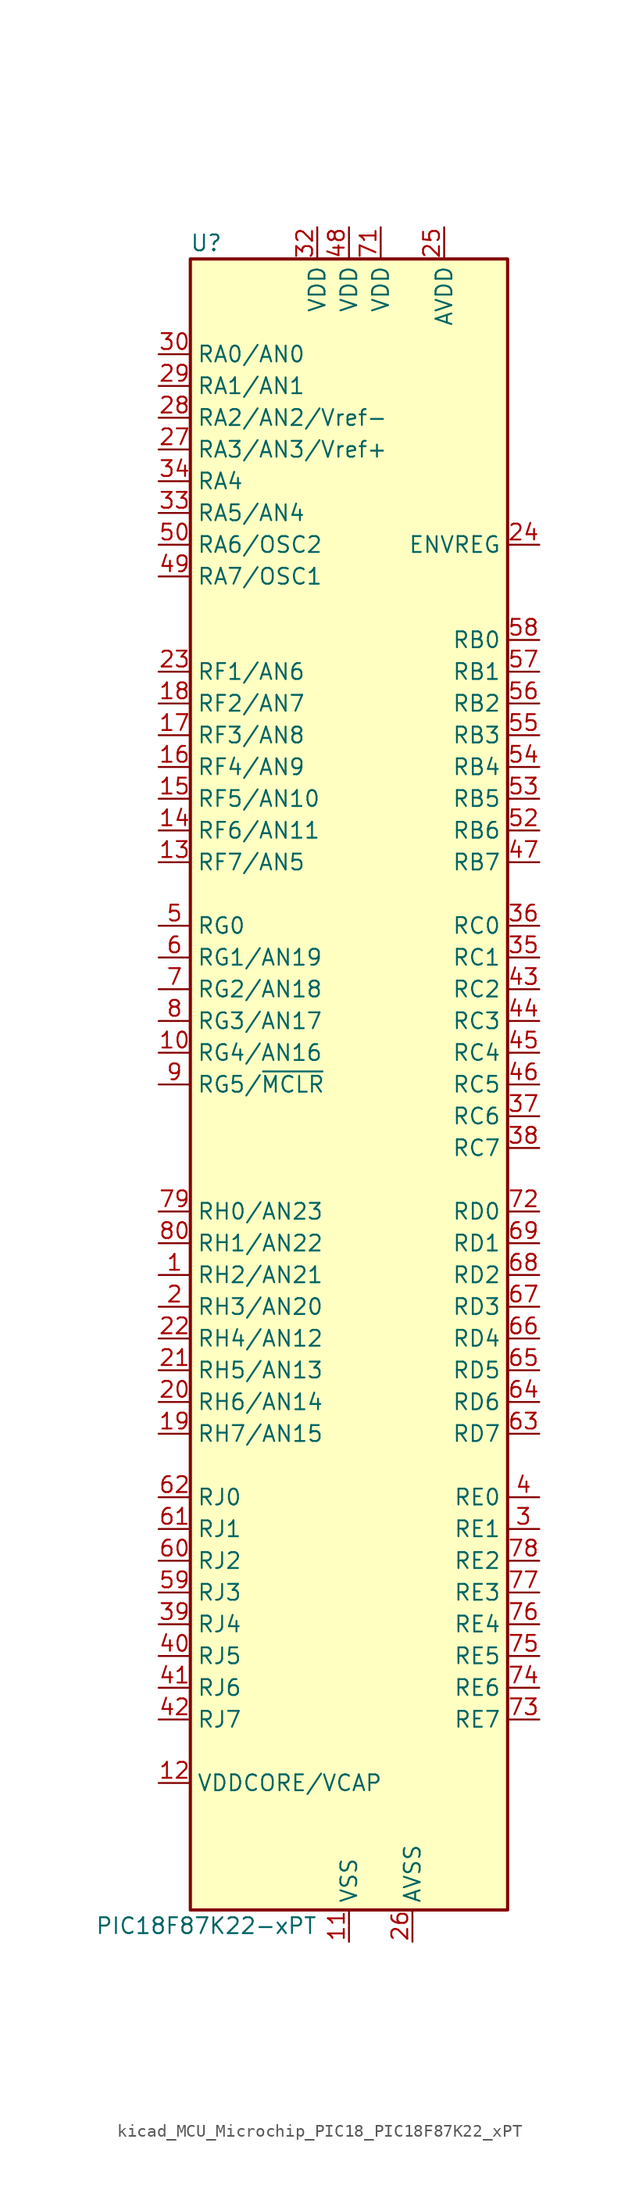
<source format=kicad_sym>
(kicad_symbol_lib
  (version 20220914)
  (generator kicad_symbol_editor)
  (symbol "kicad_MCU_Microchip_PIC18_PIC18F87K22_xPT"
    (property "Reference" "U"
      (at -11.43 67.31 0)
      (effects (font (size 1.27 1.27))))
    (property "Value" "PIC18F87K22-xPT"
      (at -11.43 -67.31 0)
      (effects (font (size 1.27 1.27))))
    (symbol "kicad_MCU_Microchip_PIC18_PIC18F87K22_xPT_0_1"
      (rectangle (start -12.7 66.04) (end 12.7 -66.04) (stroke (width 0.254) (type default)) (fill (type background))))
    (symbol "kicad_MCU_Microchip_PIC18_PIC18F87K22_xPT_1_1"
      (pin bidirectional line (at -15.24 -15.24 0) (length 2.54) (name "RH2/AN21" (effects (font (size 1.27 1.27)))) (number "1" (effects (font (size 1.27 1.27)))))
      (pin bidirectional line (at -15.24 2.54 0) (length 2.54) (name "RG4/AN16" (effects (font (size 1.27 1.27)))) (number "10" (effects (font (size 1.27 1.27)))))
      (pin power_in line (at 0 -68.58 90) (length 2.54) (name "VSS" (effects (font (size 1.27 1.27)))) (number "11" (effects (font (size 1.27 1.27)))))
      (pin passive line (at -15.24 -55.88 0) (length 2.54) (name "VDDCORE/VCAP" (effects (font (size 1.27 1.27)))) (number "12" (effects (font (size 1.27 1.27)))))
      (pin bidirectional line (at -15.24 17.78 0) (length 2.54) (name "RF7/AN5" (effects (font (size 1.27 1.27)))) (number "13" (effects (font (size 1.27 1.27)))))
      (pin bidirectional line (at -15.24 20.32 0) (length 2.54) (name "RF6/AN11" (effects (font (size 1.27 1.27)))) (number "14" (effects (font (size 1.27 1.27)))))
      (pin bidirectional line (at -15.24 22.86 0) (length 2.54) (name "RF5/AN10" (effects (font (size 1.27 1.27)))) (number "15" (effects (font (size 1.27 1.27)))))
      (pin bidirectional line (at -15.24 25.4 0) (length 2.54) (name "RF4/AN9" (effects (font (size 1.27 1.27)))) (number "16" (effects (font (size 1.27 1.27)))))
      (pin bidirectional line (at -15.24 27.94 0) (length 2.54) (name "RF3/AN8" (effects (font (size 1.27 1.27)))) (number "17" (effects (font (size 1.27 1.27)))))
      (pin bidirectional line (at -15.24 30.48 0) (length 2.54) (name "RF2/AN7" (effects (font (size 1.27 1.27)))) (number "18" (effects (font (size 1.27 1.27)))))
      (pin bidirectional line (at -15.24 -27.94 0) (length 2.54) (name "RH7/AN15" (effects (font (size 1.27 1.27)))) (number "19" (effects (font (size 1.27 1.27)))))
      (pin bidirectional line (at -15.24 -17.78 0) (length 2.54) (name "RH3/AN20" (effects (font (size 1.27 1.27)))) (number "2" (effects (font (size 1.27 1.27)))))
      (pin bidirectional line (at -15.24 -25.4 0) (length 2.54) (name "RH6/AN14" (effects (font (size 1.27 1.27)))) (number "20" (effects (font (size 1.27 1.27)))))
      (pin bidirectional line (at -15.24 -22.86 0) (length 2.54) (name "RH5/AN13" (effects (font (size 1.27 1.27)))) (number "21" (effects (font (size 1.27 1.27)))))
      (pin bidirectional line (at -15.24 -20.32 0) (length 2.54) (name "RH4/AN12" (effects (font (size 1.27 1.27)))) (number "22" (effects (font (size 1.27 1.27)))))
      (pin bidirectional line (at -15.24 33.02 0) (length 2.54) (name "RF1/AN6" (effects (font (size 1.27 1.27)))) (number "23" (effects (font (size 1.27 1.27)))))
      (pin input line (at 15.24 43.18 180) (length 2.54) (name "ENVREG" (effects (font (size 1.27 1.27)))) (number "24" (effects (font (size 1.27 1.27)))))
      (pin power_in line (at 7.62 68.58 270) (length 2.54) (name "AVDD" (effects (font (size 1.27 1.27)))) (number "25" (effects (font (size 1.27 1.27)))))
      (pin power_in line (at 5.08 -68.58 90) (length 2.54) (name "AVSS" (effects (font (size 1.27 1.27)))) (number "26" (effects (font (size 1.27 1.27)))))
      (pin bidirectional line (at -15.24 50.8 0) (length 2.54) (name "RA3/AN3/Vref+" (effects (font (size 1.27 1.27)))) (number "27" (effects (font (size 1.27 1.27)))))
      (pin bidirectional line (at -15.24 53.34 0) (length 2.54) (name "RA2/AN2/Vref-" (effects (font (size 1.27 1.27)))) (number "28" (effects (font (size 1.27 1.27)))))
      (pin bidirectional line (at -15.24 55.88 0) (length 2.54) (name "RA1/AN1" (effects (font (size 1.27 1.27)))) (number "29" (effects (font (size 1.27 1.27)))))
      (pin bidirectional line (at 15.24 -35.56 180) (length 2.54) (name "RE1" (effects (font (size 1.27 1.27)))) (number "3" (effects (font (size 1.27 1.27)))))
      (pin bidirectional line (at -15.24 58.42 0) (length 2.54) (name "RA0/AN0" (effects (font (size 1.27 1.27)))) (number "30" (effects (font (size 1.27 1.27)))))
      (pin passive line (at 0 -68.58 90) (length 2.54) hide (name "VSS" (effects (font (size 1.27 1.27)))) (number "31" (effects (font (size 1.27 1.27)))))
      (pin power_in line (at -2.54 68.58 270) (length 2.54) (name "VDD" (effects (font (size 1.27 1.27)))) (number "32" (effects (font (size 1.27 1.27)))))
      (pin bidirectional line (at -15.24 45.72 0) (length 2.54) (name "RA5/AN4" (effects (font (size 1.27 1.27)))) (number "33" (effects (font (size 1.27 1.27)))))
      (pin bidirectional line (at -15.24 48.26 0) (length 2.54) (name "RA4" (effects (font (size 1.27 1.27)))) (number "34" (effects (font (size 1.27 1.27)))))
      (pin bidirectional line (at 15.24 10.16 180) (length 2.54) (name "RC1" (effects (font (size 1.27 1.27)))) (number "35" (effects (font (size 1.27 1.27)))))
      (pin bidirectional line (at 15.24 12.7 180) (length 2.54) (name "RC0" (effects (font (size 1.27 1.27)))) (number "36" (effects (font (size 1.27 1.27)))))
      (pin bidirectional line (at 15.24 -2.54 180) (length 2.54) (name "RC6" (effects (font (size 1.27 1.27)))) (number "37" (effects (font (size 1.27 1.27)))))
      (pin bidirectional line (at 15.24 -5.08 180) (length 2.54) (name "RC7" (effects (font (size 1.27 1.27)))) (number "38" (effects (font (size 1.27 1.27)))))
      (pin bidirectional line (at -15.24 -43.18 0) (length 2.54) (name "RJ4" (effects (font (size 1.27 1.27)))) (number "39" (effects (font (size 1.27 1.27)))))
      (pin bidirectional line (at 15.24 -33.02 180) (length 2.54) (name "RE0" (effects (font (size 1.27 1.27)))) (number "4" (effects (font (size 1.27 1.27)))))
      (pin bidirectional line (at -15.24 -45.72 0) (length 2.54) (name "RJ5" (effects (font (size 1.27 1.27)))) (number "40" (effects (font (size 1.27 1.27)))))
      (pin bidirectional line (at -15.24 -48.26 0) (length 2.54) (name "RJ6" (effects (font (size 1.27 1.27)))) (number "41" (effects (font (size 1.27 1.27)))))
      (pin bidirectional line (at -15.24 -50.8 0) (length 2.54) (name "RJ7" (effects (font (size 1.27 1.27)))) (number "42" (effects (font (size 1.27 1.27)))))
      (pin bidirectional line (at 15.24 7.62 180) (length 2.54) (name "RC2" (effects (font (size 1.27 1.27)))) (number "43" (effects (font (size 1.27 1.27)))))
      (pin bidirectional line (at 15.24 5.08 180) (length 2.54) (name "RC3" (effects (font (size 1.27 1.27)))) (number "44" (effects (font (size 1.27 1.27)))))
      (pin bidirectional line (at 15.24 2.54 180) (length 2.54) (name "RC4" (effects (font (size 1.27 1.27)))) (number "45" (effects (font (size 1.27 1.27)))))
      (pin bidirectional line (at 15.24 0 180) (length 2.54) (name "RC5" (effects (font (size 1.27 1.27)))) (number "46" (effects (font (size 1.27 1.27)))))
      (pin bidirectional line (at 15.24 17.78 180) (length 2.54) (name "RB7" (effects (font (size 1.27 1.27)))) (number "47" (effects (font (size 1.27 1.27)))))
      (pin power_in line (at 0 68.58 270) (length 2.54) (name "VDD" (effects (font (size 1.27 1.27)))) (number "48" (effects (font (size 1.27 1.27)))))
      (pin bidirectional line (at -15.24 40.64 0) (length 2.54) (name "RA7/OSC1" (effects (font (size 1.27 1.27)))) (number "49" (effects (font (size 1.27 1.27)))))
      (pin bidirectional line (at -15.24 12.7 0) (length 2.54) (name "RG0" (effects (font (size 1.27 1.27)))) (number "5" (effects (font (size 1.27 1.27)))))
      (pin bidirectional line (at -15.24 43.18 0) (length 2.54) (name "RA6/OSC2" (effects (font (size 1.27 1.27)))) (number "50" (effects (font (size 1.27 1.27)))))
      (pin passive line (at 0 -68.58 90) (length 2.54) hide (name "VSS" (effects (font (size 1.27 1.27)))) (number "51" (effects (font (size 1.27 1.27)))))
      (pin bidirectional line (at 15.24 20.32 180) (length 2.54) (name "RB6" (effects (font (size 1.27 1.27)))) (number "52" (effects (font (size 1.27 1.27)))))
      (pin bidirectional line (at 15.24 22.86 180) (length 2.54) (name "RB5" (effects (font (size 1.27 1.27)))) (number "53" (effects (font (size 1.27 1.27)))))
      (pin bidirectional line (at 15.24 25.4 180) (length 2.54) (name "RB4" (effects (font (size 1.27 1.27)))) (number "54" (effects (font (size 1.27 1.27)))))
      (pin bidirectional line (at 15.24 27.94 180) (length 2.54) (name "RB3" (effects (font (size 1.27 1.27)))) (number "55" (effects (font (size 1.27 1.27)))))
      (pin bidirectional line (at 15.24 30.48 180) (length 2.54) (name "RB2" (effects (font (size 1.27 1.27)))) (number "56" (effects (font (size 1.27 1.27)))))
      (pin bidirectional line (at 15.24 33.02 180) (length 2.54) (name "RB1" (effects (font (size 1.27 1.27)))) (number "57" (effects (font (size 1.27 1.27)))))
      (pin bidirectional line (at 15.24 35.56 180) (length 2.54) (name "RB0" (effects (font (size 1.27 1.27)))) (number "58" (effects (font (size 1.27 1.27)))))
      (pin bidirectional line (at -15.24 -40.64 0) (length 2.54) (name "RJ3" (effects (font (size 1.27 1.27)))) (number "59" (effects (font (size 1.27 1.27)))))
      (pin bidirectional line (at -15.24 10.16 0) (length 2.54) (name "RG1/AN19" (effects (font (size 1.27 1.27)))) (number "6" (effects (font (size 1.27 1.27)))))
      (pin bidirectional line (at -15.24 -38.1 0) (length 2.54) (name "RJ2" (effects (font (size 1.27 1.27)))) (number "60" (effects (font (size 1.27 1.27)))))
      (pin bidirectional line (at -15.24 -35.56 0) (length 2.54) (name "RJ1" (effects (font (size 1.27 1.27)))) (number "61" (effects (font (size 1.27 1.27)))))
      (pin bidirectional line (at -15.24 -33.02 0) (length 2.54) (name "RJ0" (effects (font (size 1.27 1.27)))) (number "62" (effects (font (size 1.27 1.27)))))
      (pin bidirectional line (at 15.24 -27.94 180) (length 2.54) (name "RD7" (effects (font (size 1.27 1.27)))) (number "63" (effects (font (size 1.27 1.27)))))
      (pin bidirectional line (at 15.24 -25.4 180) (length 2.54) (name "RD6" (effects (font (size 1.27 1.27)))) (number "64" (effects (font (size 1.27 1.27)))))
      (pin bidirectional line (at 15.24 -22.86 180) (length 2.54) (name "RD5" (effects (font (size 1.27 1.27)))) (number "65" (effects (font (size 1.27 1.27)))))
      (pin bidirectional line (at 15.24 -20.32 180) (length 2.54) (name "RD4" (effects (font (size 1.27 1.27)))) (number "66" (effects (font (size 1.27 1.27)))))
      (pin bidirectional line (at 15.24 -17.78 180) (length 2.54) (name "RD3" (effects (font (size 1.27 1.27)))) (number "67" (effects (font (size 1.27 1.27)))))
      (pin bidirectional line (at 15.24 -15.24 180) (length 2.54) (name "RD2" (effects (font (size 1.27 1.27)))) (number "68" (effects (font (size 1.27 1.27)))))
      (pin bidirectional line (at 15.24 -12.7 180) (length 2.54) (name "RD1" (effects (font (size 1.27 1.27)))) (number "69" (effects (font (size 1.27 1.27)))))
      (pin bidirectional line (at -15.24 7.62 0) (length 2.54) (name "RG2/AN18" (effects (font (size 1.27 1.27)))) (number "7" (effects (font (size 1.27 1.27)))))
      (pin passive line (at 0 -68.58 90) (length 2.54) hide (name "VSS" (effects (font (size 1.27 1.27)))) (number "70" (effects (font (size 1.27 1.27)))))
      (pin power_in line (at 2.54 68.58 270) (length 2.54) (name "VDD" (effects (font (size 1.27 1.27)))) (number "71" (effects (font (size 1.27 1.27)))))
      (pin bidirectional line (at 15.24 -10.16 180) (length 2.54) (name "RD0" (effects (font (size 1.27 1.27)))) (number "72" (effects (font (size 1.27 1.27)))))
      (pin bidirectional line (at 15.24 -50.8 180) (length 2.54) (name "RE7" (effects (font (size 1.27 1.27)))) (number "73" (effects (font (size 1.27 1.27)))))
      (pin bidirectional line (at 15.24 -48.26 180) (length 2.54) (name "RE6" (effects (font (size 1.27 1.27)))) (number "74" (effects (font (size 1.27 1.27)))))
      (pin bidirectional line (at 15.24 -45.72 180) (length 2.54) (name "RE5" (effects (font (size 1.27 1.27)))) (number "75" (effects (font (size 1.27 1.27)))))
      (pin bidirectional line (at 15.24 -43.18 180) (length 2.54) (name "RE4" (effects (font (size 1.27 1.27)))) (number "76" (effects (font (size 1.27 1.27)))))
      (pin bidirectional line (at 15.24 -40.64 180) (length 2.54) (name "RE3" (effects (font (size 1.27 1.27)))) (number "77" (effects (font (size 1.27 1.27)))))
      (pin bidirectional line (at 15.24 -38.1 180) (length 2.54) (name "RE2" (effects (font (size 1.27 1.27)))) (number "78" (effects (font (size 1.27 1.27)))))
      (pin bidirectional line (at -15.24 -10.16 0) (length 2.54) (name "RH0/AN23" (effects (font (size 1.27 1.27)))) (number "79" (effects (font (size 1.27 1.27)))))
      (pin bidirectional line (at -15.24 5.08 0) (length 2.54) (name "RG3/AN17" (effects (font (size 1.27 1.27)))) (number "8" (effects (font (size 1.27 1.27)))))
      (pin bidirectional line (at -15.24 -12.7 0) (length 2.54) (name "RH1/AN22" (effects (font (size 1.27 1.27)))) (number "80" (effects (font (size 1.27 1.27)))))
      (pin bidirectional line (at -15.24 0 0) (length 2.54) (name "RG5/~{MCLR}" (effects (font (size 1.27 1.27)))) (number "9" (effects (font (size 1.27 1.27))))))))
</source>
